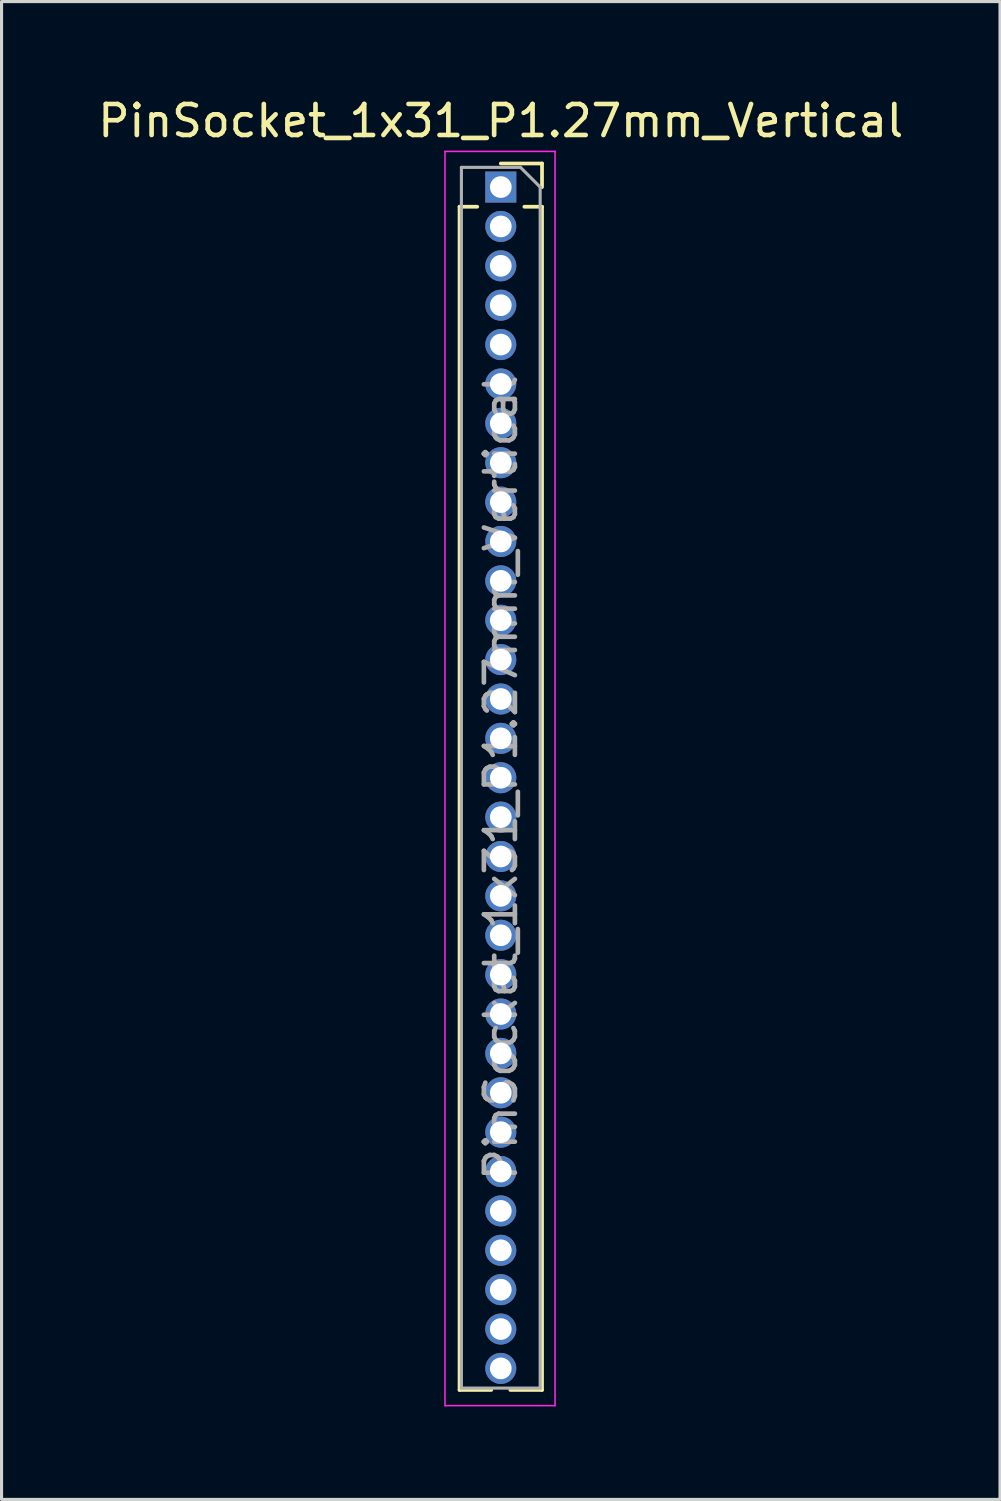
<source format=kicad_pcb>
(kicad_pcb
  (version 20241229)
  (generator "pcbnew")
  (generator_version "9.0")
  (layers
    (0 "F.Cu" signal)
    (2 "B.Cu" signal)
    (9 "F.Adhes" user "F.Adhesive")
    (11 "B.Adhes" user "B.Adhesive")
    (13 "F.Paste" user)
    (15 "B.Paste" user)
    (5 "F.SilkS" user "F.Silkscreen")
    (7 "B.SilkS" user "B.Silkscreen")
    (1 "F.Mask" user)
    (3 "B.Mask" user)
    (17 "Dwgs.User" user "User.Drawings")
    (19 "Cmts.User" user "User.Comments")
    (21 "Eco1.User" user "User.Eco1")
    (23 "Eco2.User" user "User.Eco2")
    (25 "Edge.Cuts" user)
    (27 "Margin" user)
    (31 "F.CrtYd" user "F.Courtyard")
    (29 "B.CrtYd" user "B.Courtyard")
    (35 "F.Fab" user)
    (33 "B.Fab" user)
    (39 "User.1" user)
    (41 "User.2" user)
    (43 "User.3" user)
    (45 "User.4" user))
  (footprint "PinSocket_1x31_P1.27mm_Vertical"
    (layer "F.Cu")
    (at 13.101 2.983)
    (property "Reference" "PinSocket_1x31_P1.27mm_Vertical" (at 0 -2.135 0) (layer "F.SilkS") (effects (font (size 1 1) (thickness 0.15))))
    (attr through_hole)
    (fp_line (start -1.33 0.635) (end -1.33 38.795) (stroke (width 0.12) (type solid)) (layer "F.SilkS"))
    (fp_line (start -1.33 0.635) (end -0.76 0.635) (stroke (width 0.12) (type solid)) (layer "F.SilkS"))
    (fp_line (start -1.33 38.795) (end -0.308 38.795) (stroke (width 0.12) (type solid)) (layer "F.SilkS"))
    (fp_line (start 0 -0.76) (end 1.33 -0.76) (stroke (width 0.12) (type solid)) (layer "F.SilkS"))
    (fp_line (start 0.308 38.795) (end 1.33 38.795) (stroke (width 0.12) (type solid)) (layer "F.SilkS"))
    (fp_line (start 0.76 0.635) (end 1.33 0.635) (stroke (width 0.12) (type solid)) (layer "F.SilkS"))
    (fp_line (start 1.33 -0.76) (end 1.33 0) (stroke (width 0.12) (type solid)) (layer "F.SilkS"))
    (fp_line (start 1.33 0.635) (end 1.33 38.795) (stroke (width 0.12) (type solid)) (layer "F.SilkS"))
    (fp_line (start -1.8 -1.15) (end 1.75 -1.15) (stroke (width 0.05) (type solid)) (layer "F.CrtYd"))
    (fp_line (start -1.8 39.3) (end -1.8 -1.15) (stroke (width 0.05) (type solid)) (layer "F.CrtYd"))
    (fp_line (start 1.75 -1.15) (end 1.75 39.3) (stroke (width 0.05) (type solid)) (layer "F.CrtYd"))
    (fp_line (start 1.75 39.3) (end -1.8 39.3) (stroke (width 0.05) (type solid)) (layer "F.CrtYd"))
    (fp_line (start -1.27 -0.635) (end 0.635 -0.635) (stroke (width 0.1) (type solid)) (layer "F.Fab"))
    (fp_line (start -1.27 38.735) (end -1.27 -0.635) (stroke (width 0.1) (type solid)) (layer "F.Fab"))
    (fp_line (start 0.635 -0.635) (end 1.27 0) (stroke (width 0.1) (type solid)) (layer "F.Fab"))
    (fp_line (start 1.27 0) (end 1.27 38.735) (stroke (width 0.1) (type solid)) (layer "F.Fab"))
    (fp_line (start 1.27 38.735) (end -1.27 38.735) (stroke (width 0.1) (type solid)) (layer "F.Fab"))
    (fp_text user "${REFERENCE}" (at 0 19.05 90) (layer "F.Fab") (effects (font (size 1 1) (thickness 0.15))))
    (pad "1" thru_hole rect (at 0 0) (size 1 1) (drill 0.7) (layers "*.Cu" "*.Mask"))
    (pad "2" thru_hole oval (at 0 1.27) (size 1 1) (drill 0.7) (layers "*.Cu" "*.Mask"))
    (pad "3" thru_hole oval (at 0 2.54) (size 1 1) (drill 0.7) (layers "*.Cu" "*.Mask"))
    (pad "4" thru_hole oval (at 0 3.81) (size 1 1) (drill 0.7) (layers "*.Cu" "*.Mask"))
    (pad "5" thru_hole oval (at 0 5.08) (size 1 1) (drill 0.7) (layers "*.Cu" "*.Mask"))
    (pad "6" thru_hole oval (at 0 6.35) (size 1 1) (drill 0.7) (layers "*.Cu" "*.Mask"))
    (pad "7" thru_hole oval (at 0 7.62) (size 1 1) (drill 0.7) (layers "*.Cu" "*.Mask"))
    (pad "8" thru_hole oval (at 0 8.89) (size 1 1) (drill 0.7) (layers "*.Cu" "*.Mask"))
    (pad "9" thru_hole oval (at 0 10.16) (size 1 1) (drill 0.7) (layers "*.Cu" "*.Mask"))
    (pad "10" thru_hole oval (at 0 11.43) (size 1 1) (drill 0.7) (layers "*.Cu" "*.Mask"))
    (pad "11" thru_hole oval (at 0 12.7) (size 1 1) (drill 0.7) (layers "*.Cu" "*.Mask"))
    (pad "12" thru_hole oval (at 0 13.97) (size 1 1) (drill 0.7) (layers "*.Cu" "*.Mask"))
    (pad "13" thru_hole oval (at 0 15.24) (size 1 1) (drill 0.7) (layers "*.Cu" "*.Mask"))
    (pad "14" thru_hole oval (at 0 16.51) (size 1 1) (drill 0.7) (layers "*.Cu" "*.Mask"))
    (pad "15" thru_hole oval (at 0 17.78) (size 1 1) (drill 0.7) (layers "*.Cu" "*.Mask"))
    (pad "16" thru_hole oval (at 0 19.05) (size 1 1) (drill 0.7) (layers "*.Cu" "*.Mask"))
    (pad "17" thru_hole oval (at 0 20.32) (size 1 1) (drill 0.7) (layers "*.Cu" "*.Mask"))
    (pad "18" thru_hole oval (at 0 21.59) (size 1 1) (drill 0.7) (layers "*.Cu" "*.Mask"))
    (pad "19" thru_hole oval (at 0 22.86) (size 1 1) (drill 0.7) (layers "*.Cu" "*.Mask"))
    (pad "20" thru_hole oval (at 0 24.13) (size 1 1) (drill 0.7) (layers "*.Cu" "*.Mask"))
    (pad "21" thru_hole oval (at 0 25.4) (size 1 1) (drill 0.7) (layers "*.Cu" "*.Mask"))
    (pad "22" thru_hole oval (at 0 26.67) (size 1 1) (drill 0.7) (layers "*.Cu" "*.Mask"))
    (pad "23" thru_hole oval (at 0 27.94) (size 1 1) (drill 0.7) (layers "*.Cu" "*.Mask"))
    (pad "24" thru_hole oval (at 0 29.21) (size 1 1) (drill 0.7) (layers "*.Cu" "*.Mask"))
    (pad "25" thru_hole oval (at 0 30.48) (size 1 1) (drill 0.7) (layers "*.Cu" "*.Mask"))
    (pad "26" thru_hole oval (at 0 31.75) (size 1 1) (drill 0.7) (layers "*.Cu" "*.Mask"))
    (pad "27" thru_hole oval (at 0 33.02) (size 1 1) (drill 0.7) (layers "*.Cu" "*.Mask"))
    (pad "28" thru_hole oval (at 0 34.29) (size 1 1) (drill 0.7) (layers "*.Cu" "*.Mask"))
    (pad "29" thru_hole oval (at 0 35.56) (size 1 1) (drill 0.7) (layers "*.Cu" "*.Mask"))
    (pad "30" thru_hole oval (at 0 36.83) (size 1 1) (drill 0.7) (layers "*.Cu" "*.Mask"))
    (pad "31" thru_hole oval (at 0 38.1) (size 1 1) (drill 0.7) (layers "*.Cu" "*.Mask")))
  (gr_rect
    (start -3 -3)
    (end 29.202 45.308)
    (stroke (width 0.1) (type default))
    (fill no)
    (layer "Edge.Cuts")))
</source>
